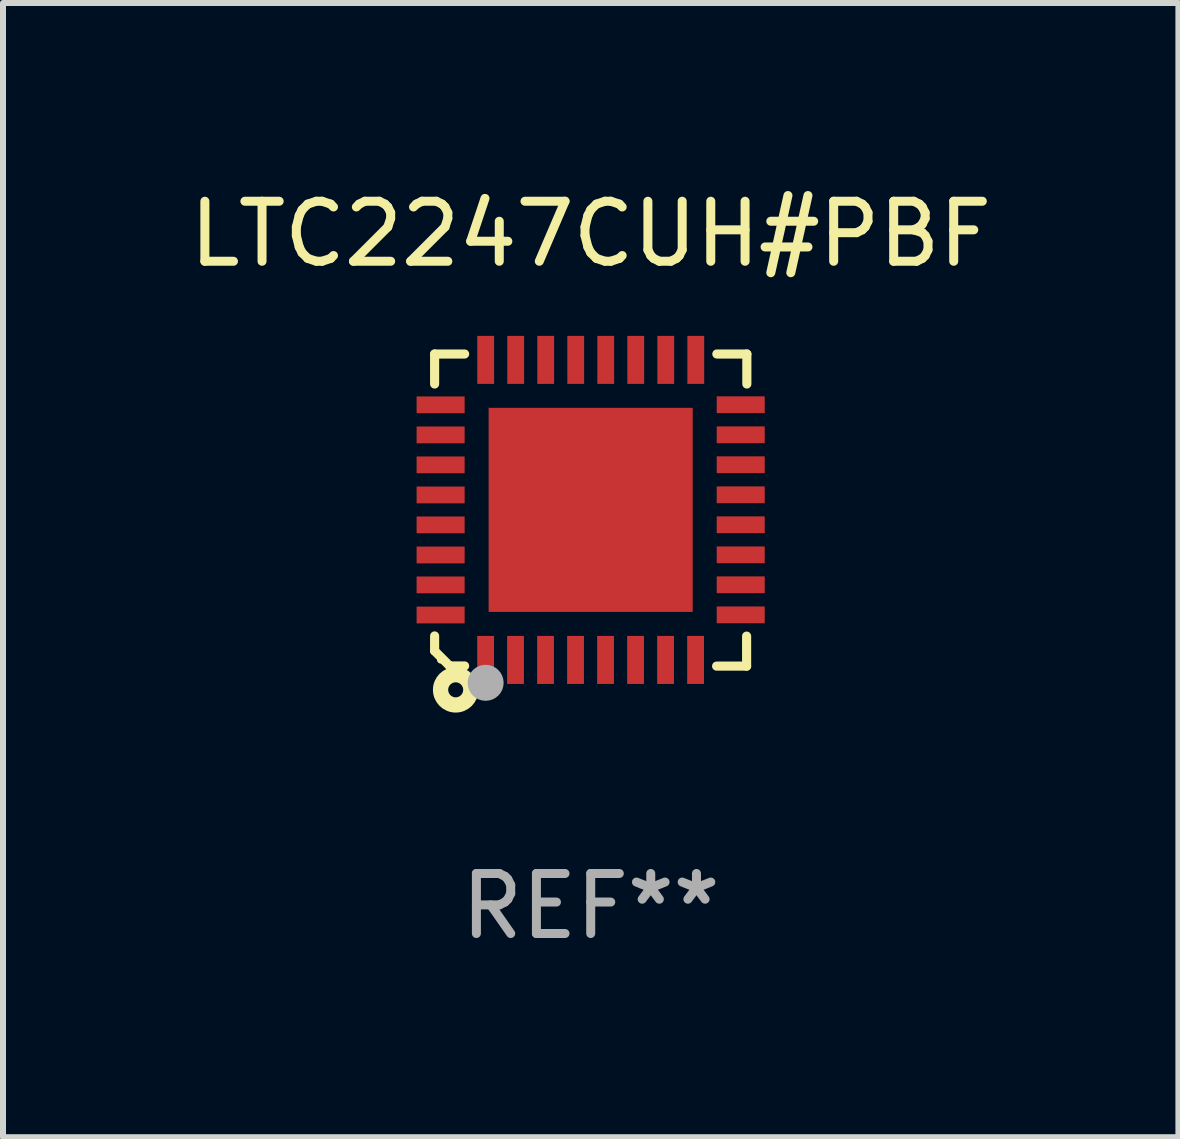
<source format=kicad_pcb>
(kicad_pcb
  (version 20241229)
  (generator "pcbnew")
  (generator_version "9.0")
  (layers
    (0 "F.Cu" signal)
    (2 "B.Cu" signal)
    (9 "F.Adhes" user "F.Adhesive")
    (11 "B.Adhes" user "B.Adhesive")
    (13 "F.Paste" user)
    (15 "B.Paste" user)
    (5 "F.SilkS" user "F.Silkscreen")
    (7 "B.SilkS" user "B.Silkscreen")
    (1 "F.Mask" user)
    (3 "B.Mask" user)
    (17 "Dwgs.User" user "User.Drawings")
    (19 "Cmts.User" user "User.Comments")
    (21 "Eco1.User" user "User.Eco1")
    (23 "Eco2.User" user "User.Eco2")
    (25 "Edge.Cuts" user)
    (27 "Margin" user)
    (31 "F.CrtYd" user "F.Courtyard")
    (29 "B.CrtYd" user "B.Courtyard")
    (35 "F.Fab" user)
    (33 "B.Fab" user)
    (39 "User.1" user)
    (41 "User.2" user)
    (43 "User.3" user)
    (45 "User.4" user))
  (footprint "LTC2247CUH#PBF"
    (layer "F.Cu")
    (at 6.792 5.448)
    (property "Reference" "LTC2247CUH#PBF" (at 0 -4.6 0) (layer "F.SilkS") (effects (font (size 1 1) (thickness 0.15))))
    (attr through_hole)
    (fp_line (start -2.601 2.097) (end -2.601 2.347) (stroke (width 0.152) (type solid)) (layer "F.SilkS"))
    (fp_line (start -2.601 2.347) (end -2.351 2.597) (stroke (width 0.152) (type solid)) (layer "F.SilkS"))
    (fp_line (start -2.601 -2.6) (end -2.601 -2.1) (stroke (width 0.152) (type solid)) (layer "F.SilkS"))
    (fp_line (start -2.601 -2.6) (end -2.101 -2.6) (stroke (width 0.152) (type solid)) (layer "F.SilkS"))
    (fp_line (start -2.351 2.597) (end -2.101 2.597) (stroke (width 0.152) (type solid)) (layer "F.SilkS"))
    (fp_line (start 2.597 2.6) (end 2.097 2.6) (stroke (width 0.152) (type solid)) (layer "F.SilkS"))
    (fp_line (start 2.597 2.6) (end 2.597 2.1) (stroke (width 0.152) (type solid)) (layer "F.SilkS"))
    (fp_line (start 2.601 -2.6) (end 2.101 -2.6) (stroke (width 0.152) (type solid)) (layer "F.SilkS"))
    (fp_line (start 2.601 -2.6) (end 2.601 -2.1) (stroke (width 0.152) (type solid)) (layer "F.SilkS"))
    (fp_circle (center -2.501 2.497) (end -2.471 2.497) (stroke (width 0.06) (type solid)) (fill no) (layer "F.SilkS"))
    (fp_circle (center -2.25 2.995) (end -2.125 2.995) (stroke (width 0.254) (type solid)) (fill no) (layer "F.SilkS"))
    (fp_circle (center -1.751 2.878) (end -1.601 2.878) (stroke (width 0.3) (type solid)) (fill no) (layer "F.Fab"))
    (fp_text user "REF**" (at 0 6.6 0) (layer "F.Fab") (effects (font (size 1 1) (thickness 0.15))))
    (pad "1" smd rect (at -1.751 2.497) (size 0.28 0.8) (layers "F.Cu" "F.Mask" "F.Paste"))
    (pad "2" smd rect (at -1.253 2.497) (size 0.28 0.8) (layers "F.Cu" "F.Mask" "F.Paste"))
    (pad "3" smd rect (at -0.753 2.497) (size 0.28 0.8) (layers "F.Cu" "F.Mask" "F.Paste"))
    (pad "4" smd rect (at -0.253 2.497) (size 0.28 0.8) (layers "F.Cu" "F.Mask" "F.Paste"))
    (pad "5" smd rect (at 0.247 2.497) (size 0.28 0.8) (layers "F.Cu" "F.Mask" "F.Paste"))
    (pad "6" smd rect (at 0.747 2.497) (size 0.28 0.8) (layers "F.Cu" "F.Mask" "F.Paste"))
    (pad "7" smd rect (at 1.247 2.497) (size 0.28 0.8) (layers "F.Cu" "F.Mask" "F.Paste"))
    (pad "8" smd rect (at 1.747 2.497) (size 0.28 0.8) (layers "F.Cu" "F.Mask" "F.Paste"))
    (pad "9" smd rect (at 2.499 1.746) (size 0.8 0.28) (layers "F.Cu" "F.Mask" "F.Paste"))
    (pad "10" smd rect (at 2.499 1.245) (size 0.8 0.28) (layers "F.Cu" "F.Mask" "F.Paste"))
    (pad "11" smd rect (at 2.499 0.746) (size 0.8 0.28) (layers "F.Cu" "F.Mask" "F.Paste"))
    (pad "12" smd rect (at 2.499 0.245) (size 0.8 0.28) (layers "F.Cu" "F.Mask" "F.Paste"))
    (pad "13" smd rect (at 2.499 -0.254) (size 0.8 0.28) (layers "F.Cu" "F.Mask" "F.Paste"))
    (pad "14" smd rect (at 2.499 -0.755) (size 0.8 0.28) (layers "F.Cu" "F.Mask" "F.Paste"))
    (pad "15" smd rect (at 2.499 -1.254) (size 0.8 0.28) (layers "F.Cu" "F.Mask" "F.Paste"))
    (pad "16" smd rect (at 2.499 -1.755) (size 0.8 0.28) (layers "F.Cu" "F.Mask" "F.Paste"))
    (pad "17" smd rect (at 1.75 -2.502) (size 0.28 0.8) (layers "F.Cu" "F.Mask" "F.Paste"))
    (pad "18" smd rect (at 1.25 -2.502) (size 0.28 0.8) (layers "F.Cu" "F.Mask" "F.Paste"))
    (pad "19" smd rect (at 0.75 -2.502) (size 0.28 0.8) (layers "F.Cu" "F.Mask" "F.Paste"))
    (pad "20" smd rect (at 0.25 -2.502) (size 0.28 0.8) (layers "F.Cu" "F.Mask" "F.Paste"))
    (pad "21" smd rect (at -0.25 -2.502) (size 0.28 0.8) (layers "F.Cu" "F.Mask" "F.Paste"))
    (pad "22" smd rect (at -0.75 -2.502) (size 0.28 0.8) (layers "F.Cu" "F.Mask" "F.Paste"))
    (pad "23" smd rect (at -1.25 -2.502) (size 0.28 0.8) (layers "F.Cu" "F.Mask" "F.Paste"))
    (pad "24" smd rect (at -1.75 -2.502) (size 0.28 0.8) (layers "F.Cu" "F.Mask" "F.Paste"))
    (pad "25" smd rect (at -2.501 -1.753) (size 0.8 0.28) (layers "F.Cu" "F.Mask" "F.Paste"))
    (pad "26" smd rect (at -2.501 -1.252) (size 0.8 0.28) (layers "F.Cu" "F.Mask" "F.Paste"))
    (pad "27" smd rect (at -2.501 -0.753) (size 0.8 0.28) (layers "F.Cu" "F.Mask" "F.Paste"))
    (pad "28" smd rect (at -2.501 -0.252) (size 0.8 0.28) (layers "F.Cu" "F.Mask" "F.Paste"))
    (pad "29" smd rect (at -2.501 0.247) (size 0.8 0.28) (layers "F.Cu" "F.Mask" "F.Paste"))
    (pad "30" smd rect (at -2.501 0.748) (size 0.8 0.28) (layers "F.Cu" "F.Mask" "F.Paste"))
    (pad "31" smd rect (at -2.501 1.247) (size 0.8 0.28) (layers "F.Cu" "F.Mask" "F.Paste"))
    (pad "32" smd rect (at -2.501 1.748) (size 0.8 0.28) (layers "F.Cu" "F.Mask" "F.Paste"))
    (pad "33" smd rect (at -0.001 -0.003 180) (size 3.4 3.4) (layers "F.Cu" "F.Mask" "F.Paste")))
  (gr_rect
    (start -3 -3)
    (end 16.583 15.896)
    (stroke (width 0.1) (type default))
    (fill no)
    (layer "Edge.Cuts")))
</source>
